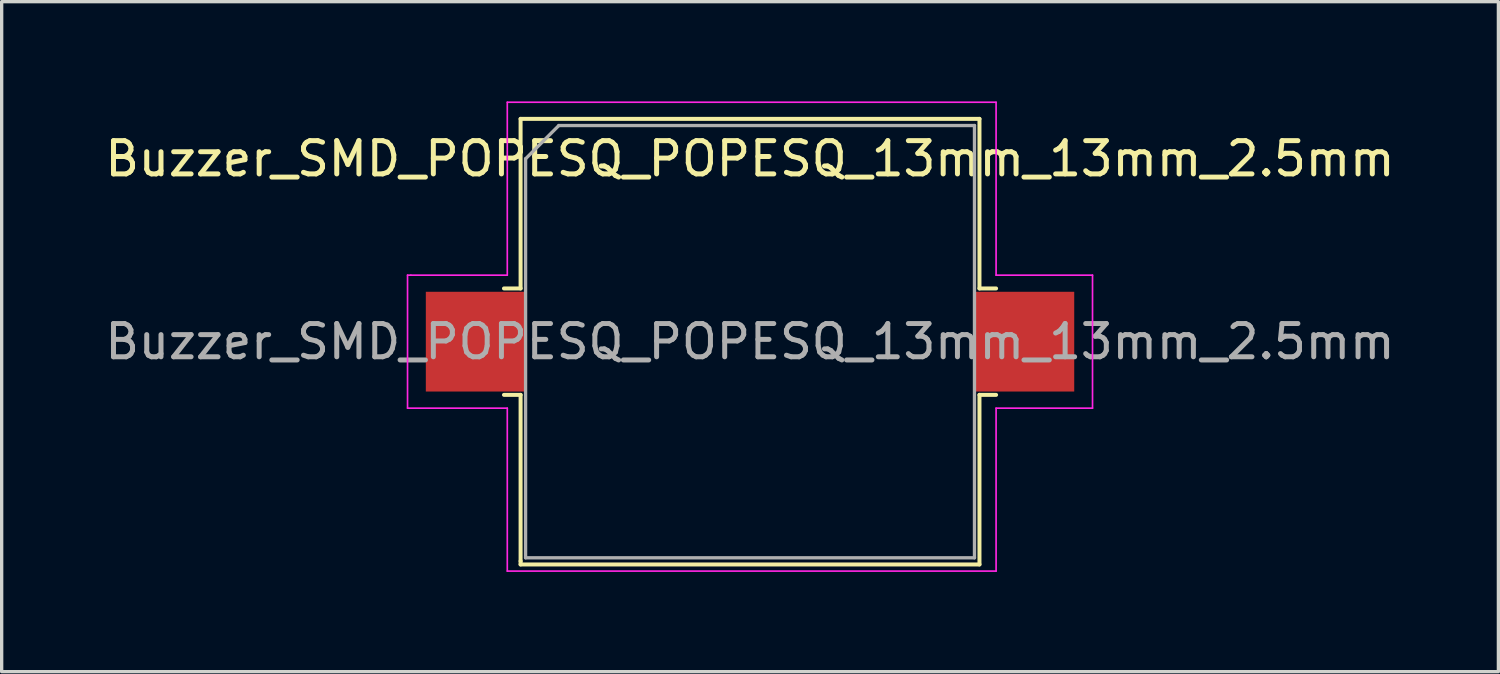
<source format=kicad_pcb>
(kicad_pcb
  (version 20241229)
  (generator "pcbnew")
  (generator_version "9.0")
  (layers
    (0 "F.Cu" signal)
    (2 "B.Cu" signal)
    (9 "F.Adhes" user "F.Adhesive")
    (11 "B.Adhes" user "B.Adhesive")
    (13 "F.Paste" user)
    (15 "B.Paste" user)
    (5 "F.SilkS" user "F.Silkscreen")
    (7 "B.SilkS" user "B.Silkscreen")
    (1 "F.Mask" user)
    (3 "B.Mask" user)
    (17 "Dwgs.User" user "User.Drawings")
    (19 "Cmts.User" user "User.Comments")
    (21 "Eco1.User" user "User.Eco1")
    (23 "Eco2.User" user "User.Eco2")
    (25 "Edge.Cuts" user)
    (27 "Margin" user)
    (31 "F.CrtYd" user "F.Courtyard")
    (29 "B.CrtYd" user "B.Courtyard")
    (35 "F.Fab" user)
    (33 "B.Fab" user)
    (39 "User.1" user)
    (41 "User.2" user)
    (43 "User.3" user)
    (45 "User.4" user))
  (footprint "Buzzer_SMD_POPESQ_POPESQ_13mm_13mm_2.5mm"
    (layer "F.Cu")
    (at 19.506 7.225)
    (property "Reference" "Buzzer_SMD_POPESQ_POPESQ_13mm_13mm_2.5mm" (at 0 -5.5 0) (layer "F.SilkS") (effects (font (size 1 1) (thickness 0.15))))
    (attr smd)
    (fp_line (start -6.9 -6.7) (end 6.9 -6.7) (stroke (width 0.12) (type default)) (layer "F.SilkS"))
    (fp_line (start -6.9 -1.6) (end -7.4 -1.6) (stroke (width 0.12) (type default)) (layer "F.SilkS"))
    (fp_line (start -6.9 -1.6) (end -6.9 -6.7) (stroke (width 0.12) (type default)) (layer "F.SilkS"))
    (fp_line (start -6.9 1.6) (end -7.4 1.6) (stroke (width 0.12) (type default)) (layer "F.SilkS"))
    (fp_line (start -6.9 1.6) (end -6.9 6.6) (stroke (width 0.12) (type default)) (layer "F.SilkS"))
    (fp_line (start -6.9 6.6) (end -6.9 6.7) (stroke (width 0.12) (type default)) (layer "F.SilkS"))
    (fp_line (start -6.9 6.7) (end 6.9 6.7) (stroke (width 0.12) (type default)) (layer "F.SilkS"))
    (fp_line (start 6.9 -6.7) (end 6.9 -1.6) (stroke (width 0.12) (type default)) (layer "F.SilkS"))
    (fp_line (start 6.9 -1.6) (end 7.4 -1.6) (stroke (width 0.12) (type default)) (layer "F.SilkS"))
    (fp_line (start 6.9 1.6) (end 7.4 1.6) (stroke (width 0.12) (type default)) (layer "F.SilkS"))
    (fp_line (start 6.9 6.7) (end 6.9 1.6) (stroke (width 0.12) (type default)) (layer "F.SilkS"))
    (fp_line (start -10.3 -2) (end -10.2 -2) (stroke (width 0.05) (type default)) (layer "F.CrtYd"))
    (fp_line (start -10.3 2) (end -10.3 -2) (stroke (width 0.05) (type default)) (layer "F.CrtYd"))
    (fp_line (start -10.2 -2) (end -7.3 -2) (stroke (width 0.05) (type default)) (layer "F.CrtYd"))
    (fp_line (start -7.3 -7.2) (end 7.4 -7.2) (stroke (width 0.05) (type default)) (layer "F.CrtYd"))
    (fp_line (start -7.3 -2) (end -7.3 -7.2) (stroke (width 0.05) (type default)) (layer "F.CrtYd"))
    (fp_line (start -7.3 2) (end -10.3 2) (stroke (width 0.05) (type default)) (layer "F.CrtYd"))
    (fp_line (start -7.3 6.9) (end -7.3 2) (stroke (width 0.05) (type default)) (layer "F.CrtYd"))
    (fp_line (start 7.4 -7.2) (end 7.4 -2) (stroke (width 0.05) (type default)) (layer "F.CrtYd"))
    (fp_line (start 7.4 -2) (end 10.3 -2) (stroke (width 0.05) (type default)) (layer "F.CrtYd"))
    (fp_line (start 7.4 2) (end 7.4 6.9) (stroke (width 0.05) (type default)) (layer "F.CrtYd"))
    (fp_line (start 7.4 6.9) (end -7.3 6.9) (stroke (width 0.05) (type default)) (layer "F.CrtYd"))
    (fp_line (start 10.3 -2) (end 10.3 2) (stroke (width 0.05) (type default)) (layer "F.CrtYd"))
    (fp_line (start 10.3 2) (end 7.4 2) (stroke (width 0.05) (type default)) (layer "F.CrtYd"))
    (fp_line (start -6.75 -5.5) (end -6.75 6.5) (stroke (width 0.1) (type solid)) (layer "F.Fab"))
    (fp_line (start -6.75 -5.5) (end -5.75 -6.5) (stroke (width 0.1) (type default)) (layer "F.Fab"))
    (fp_line (start -5.75 -6.5) (end 6.75 -6.5) (stroke (width 0.1) (type solid)) (layer "F.Fab"))
    (fp_line (start 6.75 -6.5) (end 6.75 6.5) (stroke (width 0.1) (type solid)) (layer "F.Fab"))
    (fp_line (start 6.75 6.5) (end -6.75 6.5) (stroke (width 0.1) (type solid)) (layer "F.Fab"))
    (fp_text user "${REFERENCE}" (at 0 0 0) (layer "F.Fab") (effects (font (size 1 1) (thickness 0.15))))
    (pad "1" smd rect (at -8.25 0) (size 3 3) (layers "F.Cu" "F.Mask" "F.Paste"))
    (pad "2" smd rect (at 8.25 0) (size 3 3) (layers "F.Cu" "F.Mask" "F.Paste")))
  (gr_rect
    (start -3 -3)
    (end 42.012 17.15)
    (stroke (width 0.1) (type default))
    (fill no)
    (layer "Edge.Cuts")))
</source>
